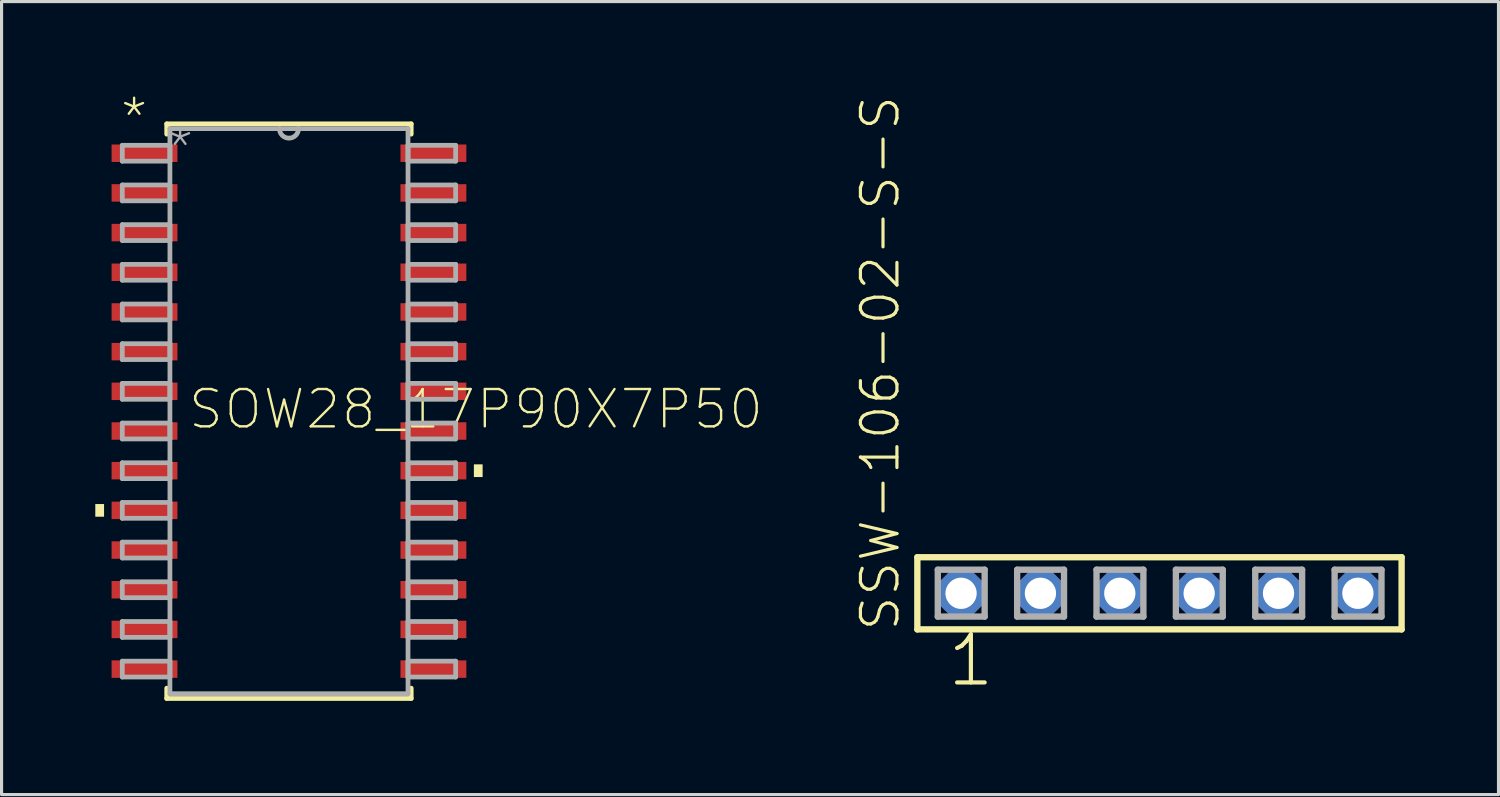
<source format=kicad_pcb>
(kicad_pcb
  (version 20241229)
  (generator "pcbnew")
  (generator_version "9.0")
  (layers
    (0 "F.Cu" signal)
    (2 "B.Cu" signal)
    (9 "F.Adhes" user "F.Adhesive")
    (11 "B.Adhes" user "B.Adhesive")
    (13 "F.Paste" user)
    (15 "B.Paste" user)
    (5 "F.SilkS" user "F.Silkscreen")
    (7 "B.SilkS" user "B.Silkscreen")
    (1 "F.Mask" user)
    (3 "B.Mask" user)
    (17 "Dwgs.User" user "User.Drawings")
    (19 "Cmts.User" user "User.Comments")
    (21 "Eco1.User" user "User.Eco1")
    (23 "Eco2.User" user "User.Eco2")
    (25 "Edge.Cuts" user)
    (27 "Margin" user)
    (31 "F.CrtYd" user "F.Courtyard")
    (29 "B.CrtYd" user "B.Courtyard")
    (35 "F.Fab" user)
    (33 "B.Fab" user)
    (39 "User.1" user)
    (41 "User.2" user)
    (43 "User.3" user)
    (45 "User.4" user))
  (footprint "SSW-106-02-S-S"
    (layer "F.Cu")
    (at 34.058 15.938)
    (property "Reference" "SSW-106-02-S-S" (at -8.255 1.27 90) (layer "F.SilkS") (effects (font (size 1.168 1.168) (thickness 0.102)) (justify left bottom)))
    (fp_line (start -7.749 -1.155) (end 7.749 -1.155) (stroke (width 0.203) (type solid)) (layer "F.SilkS"))
    (fp_line (start -7.749 1.155) (end -7.749 -1.155) (stroke (width 0.203) (type solid)) (layer "F.SilkS"))
    (fp_line (start 7.749 -1.155) (end 7.749 1.155) (stroke (width 0.203) (type solid)) (layer "F.SilkS"))
    (fp_line (start 7.749 1.155) (end -7.749 1.155) (stroke (width 0.203) (type solid)) (layer "F.SilkS"))
    (fp_line (start -7.095 -0.755) (end -5.595 -0.755) (stroke (width 0.203) (type solid)) (layer "F.Fab"))
    (fp_line (start -7.095 0.745) (end -7.095 -0.755) (stroke (width 0.203) (type solid)) (layer "F.Fab"))
    (fp_line (start -5.595 -0.755) (end -5.595 0.745) (stroke (width 0.203) (type solid)) (layer "F.Fab"))
    (fp_line (start -5.595 0.745) (end -7.095 0.745) (stroke (width 0.203) (type solid)) (layer "F.Fab"))
    (fp_line (start -4.555 -0.755) (end -3.055 -0.755) (stroke (width 0.203) (type solid)) (layer "F.Fab"))
    (fp_line (start -4.555 0.745) (end -4.555 -0.755) (stroke (width 0.203) (type solid)) (layer "F.Fab"))
    (fp_line (start -3.055 -0.755) (end -3.055 0.745) (stroke (width 0.203) (type solid)) (layer "F.Fab"))
    (fp_line (start -3.055 0.745) (end -4.555 0.745) (stroke (width 0.203) (type solid)) (layer "F.Fab"))
    (fp_line (start -2.015 -0.755) (end -0.515 -0.755) (stroke (width 0.203) (type solid)) (layer "F.Fab"))
    (fp_line (start -2.015 0.745) (end -2.015 -0.755) (stroke (width 0.203) (type solid)) (layer "F.Fab"))
    (fp_line (start -0.515 -0.755) (end -0.515 0.745) (stroke (width 0.203) (type solid)) (layer "F.Fab"))
    (fp_line (start -0.515 0.745) (end -2.015 0.745) (stroke (width 0.203) (type solid)) (layer "F.Fab"))
    (fp_line (start 0.525 -0.755) (end 2.025 -0.755) (stroke (width 0.203) (type solid)) (layer "F.Fab"))
    (fp_line (start 0.525 0.745) (end 0.525 -0.755) (stroke (width 0.203) (type solid)) (layer "F.Fab"))
    (fp_line (start 2.025 -0.755) (end 2.025 0.745) (stroke (width 0.203) (type solid)) (layer "F.Fab"))
    (fp_line (start 2.025 0.745) (end 0.525 0.745) (stroke (width 0.203) (type solid)) (layer "F.Fab"))
    (fp_line (start 3.065 -0.755) (end 4.565 -0.755) (stroke (width 0.203) (type solid)) (layer "F.Fab"))
    (fp_line (start 3.065 0.745) (end 3.065 -0.755) (stroke (width 0.203) (type solid)) (layer "F.Fab"))
    (fp_line (start 4.565 -0.755) (end 4.565 0.745) (stroke (width 0.203) (type solid)) (layer "F.Fab"))
    (fp_line (start 4.565 0.745) (end 3.065 0.745) (stroke (width 0.203) (type solid)) (layer "F.Fab"))
    (fp_line (start 5.605 -0.755) (end 7.105 -0.755) (stroke (width 0.203) (type solid)) (layer "F.Fab"))
    (fp_line (start 5.605 0.745) (end 5.605 -0.755) (stroke (width 0.203) (type solid)) (layer "F.Fab"))
    (fp_line (start 7.105 -0.755) (end 7.105 0.745) (stroke (width 0.203) (type solid)) (layer "F.Fab"))
    (fp_line (start 7.105 0.745) (end 5.605 0.745) (stroke (width 0.203) (type solid)) (layer "F.Fab"))
    (fp_text user "1" (at -6.858 3.048 0) (layer "F.SilkS") (effects (font (size 1.542 1.542) (thickness 0.134)) (justify left bottom)))
    (pad "1" thru_hole roundrect (at -6.35 0) (size 1.5 1.5) (drill 1) (layers "*.Cu" "*.Mask") (roundrect_rratio 0.25) (chamfer_ratio 0.293) (chamfer top_left top_right bottom_left bottom_right))
    (pad "2" thru_hole roundrect (at -3.81 0) (size 1.5 1.5) (drill 1) (layers "*.Cu" "*.Mask") (roundrect_rratio 0.25) (chamfer_ratio 0.293) (chamfer top_left top_right bottom_left bottom_right))
    (pad "3" thru_hole roundrect (at -1.27 0) (size 1.5 1.5) (drill 1) (layers "*.Cu" "*.Mask") (roundrect_rratio 0.25) (chamfer_ratio 0.293) (chamfer top_left top_right bottom_left bottom_right))
    (pad "4" thru_hole roundrect (at 1.27 0) (size 1.5 1.5) (drill 1) (layers "*.Cu" "*.Mask") (roundrect_rratio 0.25) (chamfer_ratio 0.293) (chamfer top_left top_right bottom_left bottom_right))
    (pad "5" thru_hole roundrect (at 3.81 0) (size 1.5 1.5) (drill 1) (layers "*.Cu" "*.Mask") (roundrect_rratio 0.25) (chamfer_ratio 0.293) (chamfer top_left top_right bottom_left bottom_right))
    (pad "6" thru_hole roundrect (at 6.35 0) (size 1.5 1.5) (drill 1) (layers "*.Cu" "*.Mask") (roundrect_rratio 0.25) (chamfer_ratio 0.293) (chamfer top_left top_right bottom_left bottom_right)))
  (footprint "SOW28_17P90X7P50"
    (layer "F.Cu")
    (at 6.198 10.109)
    (property "Reference" "SOW28_17P90X7P50" (at -3.277 0.635 0) (layer "F.SilkS") (effects (font (size 1.194 1.194) (thickness 0.076)) (justify left bottom)))
    (fp_line (start -3.912 -9.195) (end -3.912 -8.865) (stroke (width 0.152) (type solid)) (layer "F.SilkS"))
    (fp_line (start -3.912 8.865) (end -3.912 9.195) (stroke (width 0.152) (type solid)) (layer "F.SilkS"))
    (fp_line (start -3.912 9.195) (end 3.912 9.195) (stroke (width 0.152) (type solid)) (layer "F.SilkS"))
    (fp_line (start 3.912 -9.195) (end -3.912 -9.195) (stroke (width 0.152) (type solid)) (layer "F.SilkS"))
    (fp_line (start 3.912 -8.865) (end 3.912 -9.195) (stroke (width 0.152) (type solid)) (layer "F.SilkS"))
    (fp_line (start 3.912 9.195) (end 3.912 8.865) (stroke (width 0.152) (type solid)) (layer "F.SilkS"))
    (fp_poly (pts (xy -5.918 3.378) (xy -6.198 3.378) (xy -6.198 2.972) (xy -5.918 2.972)) (stroke (width 0) (type default)) (fill yes) (layer "F.SilkS"))
    (fp_poly (pts (xy 6.198 2.108) (xy 5.918 2.108) (xy 5.918 1.702) (xy 6.198 1.702)) (stroke (width 0) (type default)) (fill yes) (layer "F.SilkS"))
    (fp_line (start -5.334 -8.509) (end -5.334 -8.001) (stroke (width 0.152) (type solid)) (layer "F.Fab"))
    (fp_line (start -5.334 -8.001) (end -3.81 -8.001) (stroke (width 0.152) (type solid)) (layer "F.Fab"))
    (fp_line (start -5.334 -7.239) (end -5.334 -6.731) (stroke (width 0.152) (type solid)) (layer "F.Fab"))
    (fp_line (start -5.334 -6.731) (end -3.81 -6.731) (stroke (width 0.152) (type solid)) (layer "F.Fab"))
    (fp_line (start -5.334 -5.969) (end -5.334 -5.461) (stroke (width 0.152) (type solid)) (layer "F.Fab"))
    (fp_line (start -5.334 -5.461) (end -3.81 -5.461) (stroke (width 0.152) (type solid)) (layer "F.Fab"))
    (fp_line (start -5.334 -4.699) (end -5.334 -4.191) (stroke (width 0.152) (type solid)) (layer "F.Fab"))
    (fp_line (start -5.334 -4.191) (end -3.81 -4.191) (stroke (width 0.152) (type solid)) (layer "F.Fab"))
    (fp_line (start -5.334 -3.429) (end -5.334 -2.921) (stroke (width 0.152) (type solid)) (layer "F.Fab"))
    (fp_line (start -5.334 -2.921) (end -3.81 -2.921) (stroke (width 0.152) (type solid)) (layer "F.Fab"))
    (fp_line (start -5.334 -2.159) (end -5.334 -1.651) (stroke (width 0.152) (type solid)) (layer "F.Fab"))
    (fp_line (start -5.334 -1.651) (end -3.81 -1.651) (stroke (width 0.152) (type solid)) (layer "F.Fab"))
    (fp_line (start -5.334 -0.889) (end -5.334 -0.381) (stroke (width 0.152) (type solid)) (layer "F.Fab"))
    (fp_line (start -5.334 -0.381) (end -3.81 -0.381) (stroke (width 0.152) (type solid)) (layer "F.Fab"))
    (fp_line (start -5.334 0.381) (end -5.334 0.889) (stroke (width 0.152) (type solid)) (layer "F.Fab"))
    (fp_line (start -5.334 0.889) (end -3.81 0.889) (stroke (width 0.152) (type solid)) (layer "F.Fab"))
    (fp_line (start -5.334 1.651) (end -5.334 2.159) (stroke (width 0.152) (type solid)) (layer "F.Fab"))
    (fp_line (start -5.334 2.159) (end -3.81 2.159) (stroke (width 0.152) (type solid)) (layer "F.Fab"))
    (fp_line (start -5.334 2.921) (end -5.334 3.429) (stroke (width 0.152) (type solid)) (layer "F.Fab"))
    (fp_line (start -5.334 3.429) (end -3.81 3.429) (stroke (width 0.152) (type solid)) (layer "F.Fab"))
    (fp_line (start -5.334 4.191) (end -5.334 4.699) (stroke (width 0.152) (type solid)) (layer "F.Fab"))
    (fp_line (start -5.334 4.699) (end -3.81 4.699) (stroke (width 0.152) (type solid)) (layer "F.Fab"))
    (fp_line (start -5.334 5.461) (end -5.334 5.969) (stroke (width 0.152) (type solid)) (layer "F.Fab"))
    (fp_line (start -5.334 5.969) (end -3.81 5.969) (stroke (width 0.152) (type solid)) (layer "F.Fab"))
    (fp_line (start -5.334 6.731) (end -5.334 7.239) (stroke (width 0.152) (type solid)) (layer "F.Fab"))
    (fp_line (start -5.334 7.239) (end -3.81 7.239) (stroke (width 0.152) (type solid)) (layer "F.Fab"))
    (fp_line (start -5.334 8.001) (end -5.334 8.509) (stroke (width 0.152) (type solid)) (layer "F.Fab"))
    (fp_line (start -5.334 8.509) (end -3.81 8.509) (stroke (width 0.152) (type solid)) (layer "F.Fab"))
    (fp_line (start -3.81 -9.042) (end -3.81 9.042) (stroke (width 0.152) (type solid)) (layer "F.Fab"))
    (fp_line (start -3.81 -8.509) (end -5.334 -8.509) (stroke (width 0.152) (type solid)) (layer "F.Fab"))
    (fp_line (start -3.81 -8.001) (end -3.81 -8.509) (stroke (width 0.152) (type solid)) (layer "F.Fab"))
    (fp_line (start -3.81 -7.239) (end -5.334 -7.239) (stroke (width 0.152) (type solid)) (layer "F.Fab"))
    (fp_line (start -3.81 -6.731) (end -3.81 -7.239) (stroke (width 0.152) (type solid)) (layer "F.Fab"))
    (fp_line (start -3.81 -5.969) (end -5.334 -5.969) (stroke (width 0.152) (type solid)) (layer "F.Fab"))
    (fp_line (start -3.81 -5.461) (end -3.81 -5.969) (stroke (width 0.152) (type solid)) (layer "F.Fab"))
    (fp_line (start -3.81 -4.699) (end -5.334 -4.699) (stroke (width 0.152) (type solid)) (layer "F.Fab"))
    (fp_line (start -3.81 -4.191) (end -3.81 -4.699) (stroke (width 0.152) (type solid)) (layer "F.Fab"))
    (fp_line (start -3.81 -3.429) (end -5.334 -3.429) (stroke (width 0.152) (type solid)) (layer "F.Fab"))
    (fp_line (start -3.81 -2.921) (end -3.81 -3.429) (stroke (width 0.152) (type solid)) (layer "F.Fab"))
    (fp_line (start -3.81 -2.159) (end -5.334 -2.159) (stroke (width 0.152) (type solid)) (layer "F.Fab"))
    (fp_line (start -3.81 -1.651) (end -3.81 -2.159) (stroke (width 0.152) (type solid)) (layer "F.Fab"))
    (fp_line (start -3.81 -0.889) (end -5.334 -0.889) (stroke (width 0.152) (type solid)) (layer "F.Fab"))
    (fp_line (start -3.81 -0.381) (end -3.81 -0.889) (stroke (width 0.152) (type solid)) (layer "F.Fab"))
    (fp_line (start -3.81 0.381) (end -5.334 0.381) (stroke (width 0.152) (type solid)) (layer "F.Fab"))
    (fp_line (start -3.81 0.889) (end -3.81 0.381) (stroke (width 0.152) (type solid)) (layer "F.Fab"))
    (fp_line (start -3.81 1.651) (end -5.334 1.651) (stroke (width 0.152) (type solid)) (layer "F.Fab"))
    (fp_line (start -3.81 2.159) (end -3.81 1.651) (stroke (width 0.152) (type solid)) (layer "F.Fab"))
    (fp_line (start -3.81 2.921) (end -5.334 2.921) (stroke (width 0.152) (type solid)) (layer "F.Fab"))
    (fp_line (start -3.81 3.429) (end -3.81 2.921) (stroke (width 0.152) (type solid)) (layer "F.Fab"))
    (fp_line (start -3.81 4.191) (end -5.334 4.191) (stroke (width 0.152) (type solid)) (layer "F.Fab"))
    (fp_line (start -3.81 4.699) (end -3.81 4.191) (stroke (width 0.152) (type solid)) (layer "F.Fab"))
    (fp_line (start -3.81 5.461) (end -5.334 5.461) (stroke (width 0.152) (type solid)) (layer "F.Fab"))
    (fp_line (start -3.81 5.969) (end -3.81 5.461) (stroke (width 0.152) (type solid)) (layer "F.Fab"))
    (fp_line (start -3.81 6.731) (end -5.334 6.731) (stroke (width 0.152) (type solid)) (layer "F.Fab"))
    (fp_line (start -3.81 7.239) (end -3.81 6.731) (stroke (width 0.152) (type solid)) (layer "F.Fab"))
    (fp_line (start -3.81 8.001) (end -5.334 8.001) (stroke (width 0.152) (type solid)) (layer "F.Fab"))
    (fp_line (start -3.81 8.509) (end -3.81 8.001) (stroke (width 0.152) (type solid)) (layer "F.Fab"))
    (fp_line (start -3.81 9.042) (end 3.81 9.042) (stroke (width 0.152) (type solid)) (layer "F.Fab"))
    (fp_line (start -0.305 -9.042) (end -3.81 -9.042) (stroke (width 0.152) (type solid)) (layer "F.Fab"))
    (fp_line (start 0.305 -9.042) (end -0.305 -9.042) (stroke (width 0.152) (type solid)) (layer "F.Fab"))
    (fp_line (start 3.81 -9.042) (end 0.305 -9.042) (stroke (width 0.152) (type solid)) (layer "F.Fab"))
    (fp_line (start 3.81 -8.509) (end 3.81 -8.001) (stroke (width 0.152) (type solid)) (layer "F.Fab"))
    (fp_line (start 3.81 -8.001) (end 5.334 -8.001) (stroke (width 0.152) (type solid)) (layer "F.Fab"))
    (fp_line (start 3.81 -7.239) (end 3.81 -6.731) (stroke (width 0.152) (type solid)) (layer "F.Fab"))
    (fp_line (start 3.81 -6.731) (end 5.334 -6.731) (stroke (width 0.152) (type solid)) (layer "F.Fab"))
    (fp_line (start 3.81 -5.969) (end 3.81 -5.461) (stroke (width 0.152) (type solid)) (layer "F.Fab"))
    (fp_line (start 3.81 -5.461) (end 5.334 -5.461) (stroke (width 0.152) (type solid)) (layer "F.Fab"))
    (fp_line (start 3.81 -4.699) (end 3.81 -4.191) (stroke (width 0.152) (type solid)) (layer "F.Fab"))
    (fp_line (start 3.81 -4.191) (end 5.334 -4.191) (stroke (width 0.152) (type solid)) (layer "F.Fab"))
    (fp_line (start 3.81 -3.429) (end 3.81 -2.921) (stroke (width 0.152) (type solid)) (layer "F.Fab"))
    (fp_line (start 3.81 -2.921) (end 5.334 -2.921) (stroke (width 0.152) (type solid)) (layer "F.Fab"))
    (fp_line (start 3.81 -2.159) (end 3.81 -1.651) (stroke (width 0.152) (type solid)) (layer "F.Fab"))
    (fp_line (start 3.81 -1.651) (end 5.334 -1.651) (stroke (width 0.152) (type solid)) (layer "F.Fab"))
    (fp_line (start 3.81 -0.889) (end 3.81 -0.381) (stroke (width 0.152) (type solid)) (layer "F.Fab"))
    (fp_line (start 3.81 -0.381) (end 5.334 -0.381) (stroke (width 0.152) (type solid)) (layer "F.Fab"))
    (fp_line (start 3.81 0.381) (end 3.81 0.889) (stroke (width 0.152) (type solid)) (layer "F.Fab"))
    (fp_line (start 3.81 0.889) (end 5.334 0.889) (stroke (width 0.152) (type solid)) (layer "F.Fab"))
    (fp_line (start 3.81 1.651) (end 3.81 2.159) (stroke (width 0.152) (type solid)) (layer "F.Fab"))
    (fp_line (start 3.81 2.159) (end 5.334 2.159) (stroke (width 0.152) (type solid)) (layer "F.Fab"))
    (fp_line (start 3.81 2.921) (end 3.81 3.429) (stroke (width 0.152) (type solid)) (layer "F.Fab"))
    (fp_line (start 3.81 3.429) (end 5.334 3.429) (stroke (width 0.152) (type solid)) (layer "F.Fab"))
    (fp_line (start 3.81 4.191) (end 3.81 4.699) (stroke (width 0.152) (type solid)) (layer "F.Fab"))
    (fp_line (start 3.81 4.699) (end 5.334 4.699) (stroke (width 0.152) (type solid)) (layer "F.Fab"))
    (fp_line (start 3.81 5.461) (end 3.81 5.969) (stroke (width 0.152) (type solid)) (layer "F.Fab"))
    (fp_line (start 3.81 5.969) (end 5.334 5.969) (stroke (width 0.152) (type solid)) (layer "F.Fab"))
    (fp_line (start 3.81 6.731) (end 3.81 7.239) (stroke (width 0.152) (type solid)) (layer "F.Fab"))
    (fp_line (start 3.81 7.239) (end 5.334 7.239) (stroke (width 0.152) (type solid)) (layer "F.Fab"))
    (fp_line (start 3.81 8.001) (end 3.81 8.509) (stroke (width 0.152) (type solid)) (layer "F.Fab"))
    (fp_line (start 3.81 8.509) (end 5.334 8.509) (stroke (width 0.152) (type solid)) (layer "F.Fab"))
    (fp_line (start 3.81 9.042) (end 3.81 -9.042) (stroke (width 0.152) (type solid)) (layer "F.Fab"))
    (fp_line (start 5.334 -8.509) (end 3.81 -8.509) (stroke (width 0.152) (type solid)) (layer "F.Fab"))
    (fp_line (start 5.334 -8.001) (end 5.334 -8.509) (stroke (width 0.152) (type solid)) (layer "F.Fab"))
    (fp_line (start 5.334 -7.239) (end 3.81 -7.239) (stroke (width 0.152) (type solid)) (layer "F.Fab"))
    (fp_line (start 5.334 -6.731) (end 5.334 -7.239) (stroke (width 0.152) (type solid)) (layer "F.Fab"))
    (fp_line (start 5.334 -5.969) (end 3.81 -5.969) (stroke (width 0.152) (type solid)) (layer "F.Fab"))
    (fp_line (start 5.334 -5.461) (end 5.334 -5.969) (stroke (width 0.152) (type solid)) (layer "F.Fab"))
    (fp_line (start 5.334 -4.699) (end 3.81 -4.699) (stroke (width 0.152) (type solid)) (layer "F.Fab"))
    (fp_line (start 5.334 -4.191) (end 5.334 -4.699) (stroke (width 0.152) (type solid)) (layer "F.Fab"))
    (fp_line (start 5.334 -3.429) (end 3.81 -3.429) (stroke (width 0.152) (type solid)) (layer "F.Fab"))
    (fp_line (start 5.334 -2.921) (end 5.334 -3.429) (stroke (width 0.152) (type solid)) (layer "F.Fab"))
    (fp_line (start 5.334 -2.159) (end 3.81 -2.159) (stroke (width 0.152) (type solid)) (layer "F.Fab"))
    (fp_line (start 5.334 -1.651) (end 5.334 -2.159) (stroke (width 0.152) (type solid)) (layer "F.Fab"))
    (fp_line (start 5.334 -0.889) (end 3.81 -0.889) (stroke (width 0.152) (type solid)) (layer "F.Fab"))
    (fp_line (start 5.334 -0.381) (end 5.334 -0.889) (stroke (width 0.152) (type solid)) (layer "F.Fab"))
    (fp_line (start 5.334 0.381) (end 3.81 0.381) (stroke (width 0.152) (type solid)) (layer "F.Fab"))
    (fp_line (start 5.334 0.889) (end 5.334 0.381) (stroke (width 0.152) (type solid)) (layer "F.Fab"))
    (fp_line (start 5.334 1.651) (end 3.81 1.651) (stroke (width 0.152) (type solid)) (layer "F.Fab"))
    (fp_line (start 5.334 2.159) (end 5.334 1.651) (stroke (width 0.152) (type solid)) (layer "F.Fab"))
    (fp_line (start 5.334 2.921) (end 3.81 2.921) (stroke (width 0.152) (type solid)) (layer "F.Fab"))
    (fp_line (start 5.334 3.429) (end 5.334 2.921) (stroke (width 0.152) (type solid)) (layer "F.Fab"))
    (fp_line (start 5.334 4.191) (end 3.81 4.191) (stroke (width 0.152) (type solid)) (layer "F.Fab"))
    (fp_line (start 5.334 4.699) (end 5.334 4.191) (stroke (width 0.152) (type solid)) (layer "F.Fab"))
    (fp_line (start 5.334 5.461) (end 3.81 5.461) (stroke (width 0.152) (type solid)) (layer "F.Fab"))
    (fp_line (start 5.334 5.969) (end 5.334 5.461) (stroke (width 0.152) (type solid)) (layer "F.Fab"))
    (fp_line (start 5.334 6.731) (end 3.81 6.731) (stroke (width 0.152) (type solid)) (layer "F.Fab"))
    (fp_line (start 5.334 7.239) (end 5.334 6.731) (stroke (width 0.152) (type solid)) (layer "F.Fab"))
    (fp_line (start 5.334 8.001) (end 3.81 8.001) (stroke (width 0.152) (type solid)) (layer "F.Fab"))
    (fp_line (start 5.334 8.509) (end 5.334 8.001) (stroke (width 0.152) (type solid)) (layer "F.Fab"))
    (fp_arc (start 0.3048 -9.0424) (mid 0 -8.7376) (end -0.3048 -9.0424) (stroke (width 0.1524) (type solid)) (layer "F.Fab"))
    (fp_text user "*" (at -5.461 -8.687 0) (layer "F.SilkS") (effects (font (size 1.194 1.194) (thickness 0.076)) (justify left bottom)))
    (fp_text user "*" (at -3.988 -7.722 0) (layer "F.Fab") (effects (font (size 1.194 1.194) (thickness 0.076)) (justify left bottom)))
    (pad "1" smd rect (at -4.623 -8.255) (size 2.108 0.559) (layers "F.Cu" "F.Mask" "F.Paste"))
    (pad "2" smd rect (at -4.623 -6.985) (size 2.108 0.559) (layers "F.Cu" "F.Mask" "F.Paste"))
    (pad "3" smd rect (at -4.623 -5.715) (size 2.108 0.559) (layers "F.Cu" "F.Mask" "F.Paste"))
    (pad "4" smd rect (at -4.623 -4.445) (size 2.108 0.559) (layers "F.Cu" "F.Mask" "F.Paste"))
    (pad "5" smd rect (at -4.623 -3.175) (size 2.108 0.559) (layers "F.Cu" "F.Mask" "F.Paste"))
    (pad "6" smd rect (at -4.623 -1.905) (size 2.108 0.559) (layers "F.Cu" "F.Mask" "F.Paste"))
    (pad "7" smd rect (at -4.623 -0.635) (size 2.108 0.559) (layers "F.Cu" "F.Mask" "F.Paste"))
    (pad "8" smd rect (at -4.623 0.635) (size 2.108 0.559) (layers "F.Cu" "F.Mask" "F.Paste"))
    (pad "9" smd rect (at -4.623 1.905) (size 2.108 0.559) (layers "F.Cu" "F.Mask" "F.Paste"))
    (pad "10" smd rect (at -4.623 3.175) (size 2.108 0.559) (layers "F.Cu" "F.Mask" "F.Paste"))
    (pad "11" smd rect (at -4.623 4.445) (size 2.108 0.559) (layers "F.Cu" "F.Mask" "F.Paste"))
    (pad "12" smd rect (at -4.623 5.715) (size 2.108 0.559) (layers "F.Cu" "F.Mask" "F.Paste"))
    (pad "13" smd rect (at -4.623 6.985) (size 2.108 0.559) (layers "F.Cu" "F.Mask" "F.Paste"))
    (pad "14" smd rect (at -4.623 8.255) (size 2.108 0.559) (layers "F.Cu" "F.Mask" "F.Paste"))
    (pad "15" smd rect (at 4.623 8.255) (size 2.108 0.559) (layers "F.Cu" "F.Mask" "F.Paste"))
    (pad "16" smd rect (at 4.623 6.985) (size 2.108 0.559) (layers "F.Cu" "F.Mask" "F.Paste"))
    (pad "17" smd rect (at 4.623 5.715) (size 2.108 0.559) (layers "F.Cu" "F.Mask" "F.Paste"))
    (pad "18" smd rect (at 4.623 4.445) (size 2.108 0.559) (layers "F.Cu" "F.Mask" "F.Paste"))
    (pad "19" smd rect (at 4.623 3.175) (size 2.108 0.559) (layers "F.Cu" "F.Mask" "F.Paste"))
    (pad "20" smd rect (at 4.623 1.905) (size 2.108 0.559) (layers "F.Cu" "F.Mask" "F.Paste"))
    (pad "21" smd rect (at 4.623 0.635) (size 2.108 0.559) (layers "F.Cu" "F.Mask" "F.Paste"))
    (pad "22" smd rect (at 4.623 -0.635) (size 2.108 0.559) (layers "F.Cu" "F.Mask" "F.Paste"))
    (pad "23" smd rect (at 4.623 -1.905) (size 2.108 0.559) (layers "F.Cu" "F.Mask" "F.Paste"))
    (pad "24" smd rect (at 4.623 -3.175) (size 2.108 0.559) (layers "F.Cu" "F.Mask" "F.Paste"))
    (pad "25" smd rect (at 4.623 -4.445) (size 2.108 0.559) (layers "F.Cu" "F.Mask" "F.Paste"))
    (pad "26" smd rect (at 4.623 -5.715) (size 2.108 0.559) (layers "F.Cu" "F.Mask" "F.Paste"))
    (pad "27" smd rect (at 4.623 -6.985) (size 2.108 0.559) (layers "F.Cu" "F.Mask" "F.Paste"))
    (pad "28" smd rect (at 4.623 -8.255) (size 2.108 0.559) (layers "F.Cu" "F.Mask" "F.Paste")))
  (gr_rect
    (start -3 -3)
    (end 44.908 22.38)
    (stroke (width 0.1) (type default))
    (fill no)
    (layer "Edge.Cuts")))
</source>
